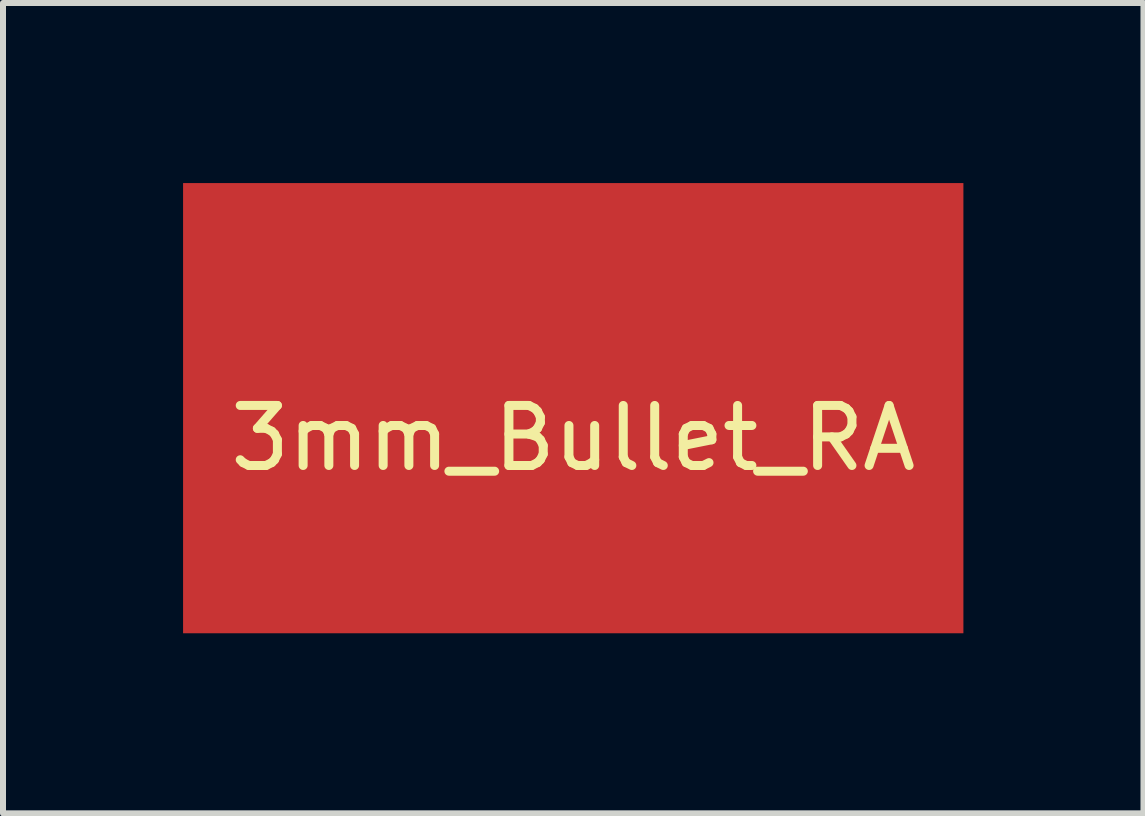
<source format=kicad_pcb>
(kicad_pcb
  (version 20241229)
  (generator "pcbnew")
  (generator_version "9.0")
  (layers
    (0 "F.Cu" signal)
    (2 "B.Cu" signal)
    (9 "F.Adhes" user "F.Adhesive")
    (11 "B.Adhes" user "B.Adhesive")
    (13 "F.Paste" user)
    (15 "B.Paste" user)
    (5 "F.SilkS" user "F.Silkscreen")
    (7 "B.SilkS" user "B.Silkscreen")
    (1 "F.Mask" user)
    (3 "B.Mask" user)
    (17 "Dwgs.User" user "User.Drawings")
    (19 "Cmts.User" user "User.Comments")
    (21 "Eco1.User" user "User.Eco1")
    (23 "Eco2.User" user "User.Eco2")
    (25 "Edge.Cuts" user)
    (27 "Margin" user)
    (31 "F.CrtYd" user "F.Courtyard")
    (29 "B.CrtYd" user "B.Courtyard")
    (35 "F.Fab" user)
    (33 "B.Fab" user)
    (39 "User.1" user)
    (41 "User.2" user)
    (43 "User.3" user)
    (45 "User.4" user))
  (footprint "3mm_Bullet_RA"
    (layer "F.Cu")
    (at 6.5 3.75)
    (property "Reference" "3mm_Bullet_RA" (at 0 0.5 0) (layer "F.SilkS") (effects (font (size 1 1) (thickness 0.15))))
    (attr through_hole)
    (pad "1" smd rect (at 0 0) (size 13 7.5) (layers "F.Cu" "F.Mask" "F.Paste")))
  (gr_rect
    (start -3 -3)
    (end 16 10.5)
    (stroke (width 0.1) (type default))
    (fill no)
    (layer "Edge.Cuts")))
</source>
